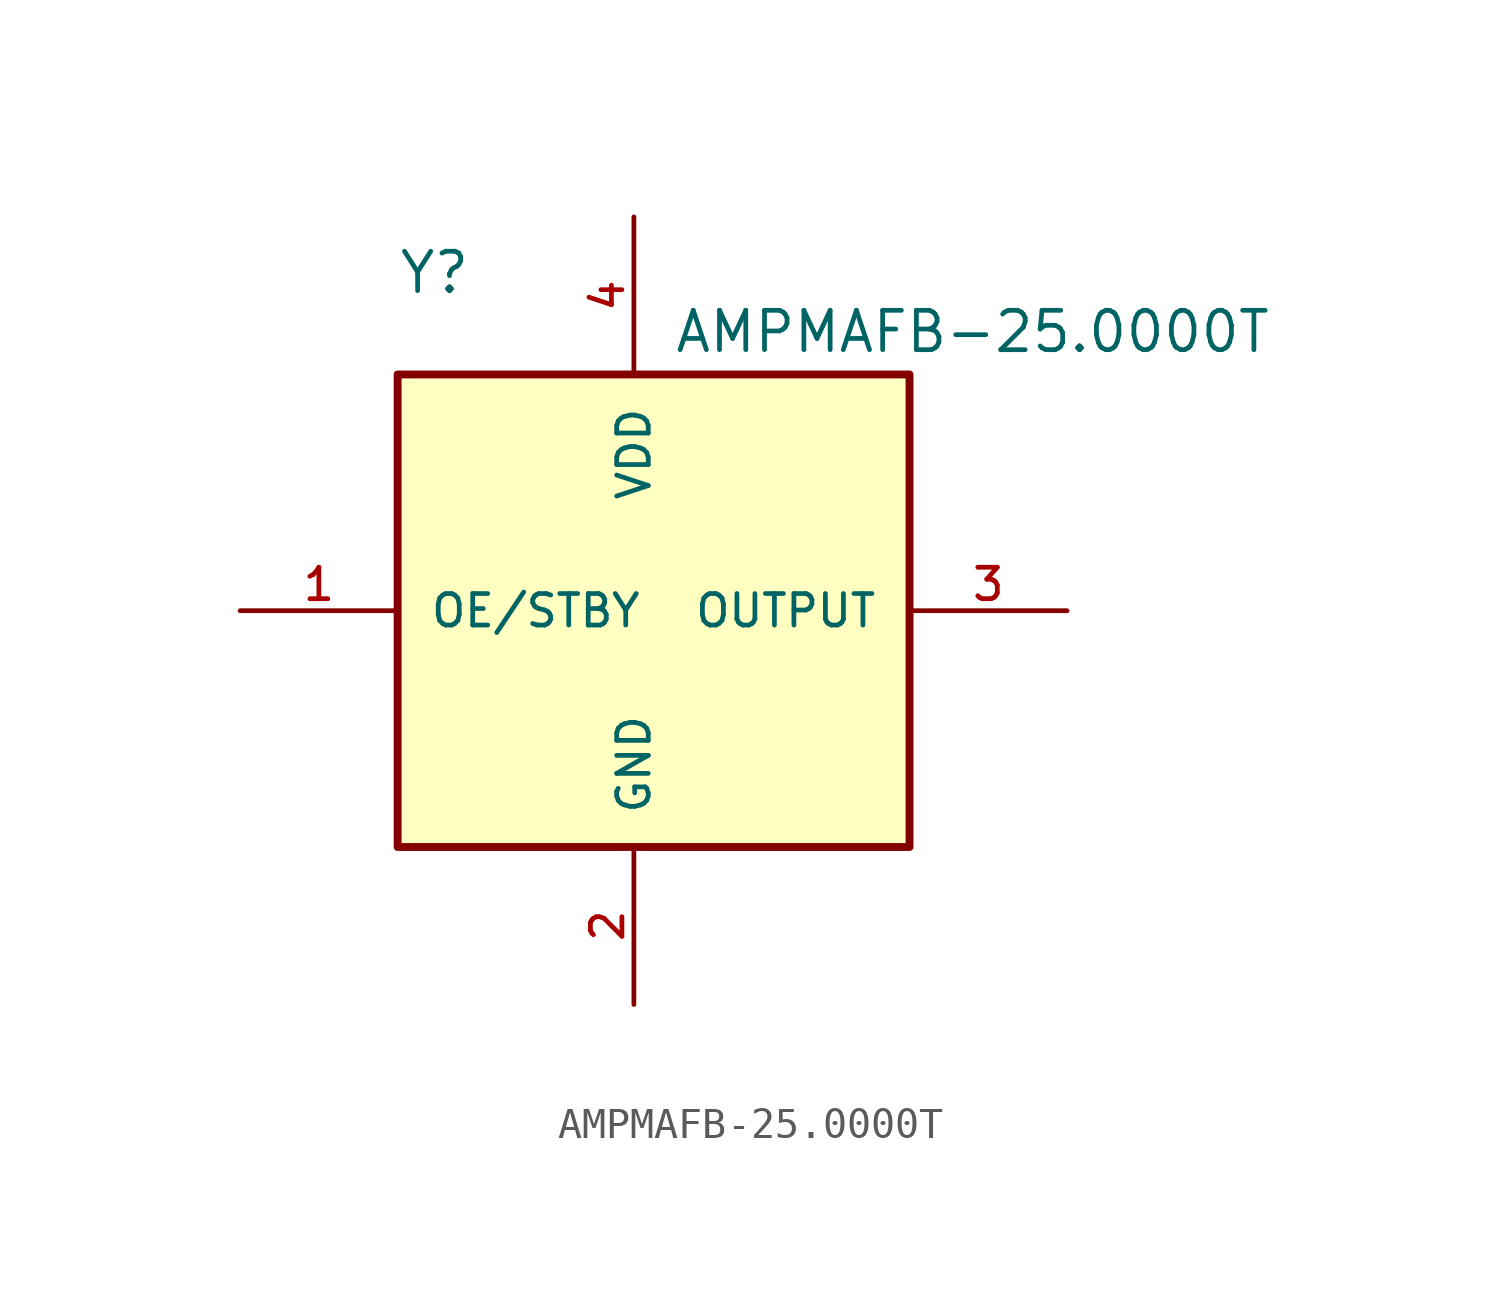
<source format=kicad_sym>
(kicad_symbol_lib
  (version 20220914)
  (generator kicad_symbol_editor)
  (symbol "AMPMAFB-25.0000T"
    (pin_names
      (offset 1.016))
    (property "Reference" "Y"
      (at -15.24 10.16 0)
      (effects (font (size 1.27 1.27)) (justify left bottom)))
    (property "Value" "AMPMAFB-25.0000T"
      (at -6.35 8.255 0)
      (effects (font (size 1.27 1.27)) (justify left bottom)))
    (symbol "AMPMAFB-25.0000T_0_0"
      (rectangle (start -15.24 7.62) (end 1.27 -7.62) (stroke (width 0.254) (type default)) (fill (type background)))
      (pin input line (at -20.32 0 0) (length 5.08) (name "OE/STBY" (effects (font (size 1.016 1.016)))) (number "1" (effects (font (size 1.016 1.016)))))
      (pin power_in line (at -7.62 -12.7 90) (length 5.08) (name "GND" (effects (font (size 1.016 1.016)))) (number "2" (effects (font (size 1.016 1.016)))))
      (pin output line (at 6.35 0 180) (length 5.08) (name "OUTPUT" (effects (font (size 1.016 1.016)))) (number "3" (effects (font (size 1.016 1.016)))))
      (pin power_in line (at -7.62 12.7 270) (length 5.08) (name "VDD" (effects (font (size 1.016 1.016)))) (number "4" (effects (font (size 1.016 1.016))))))))
</source>
